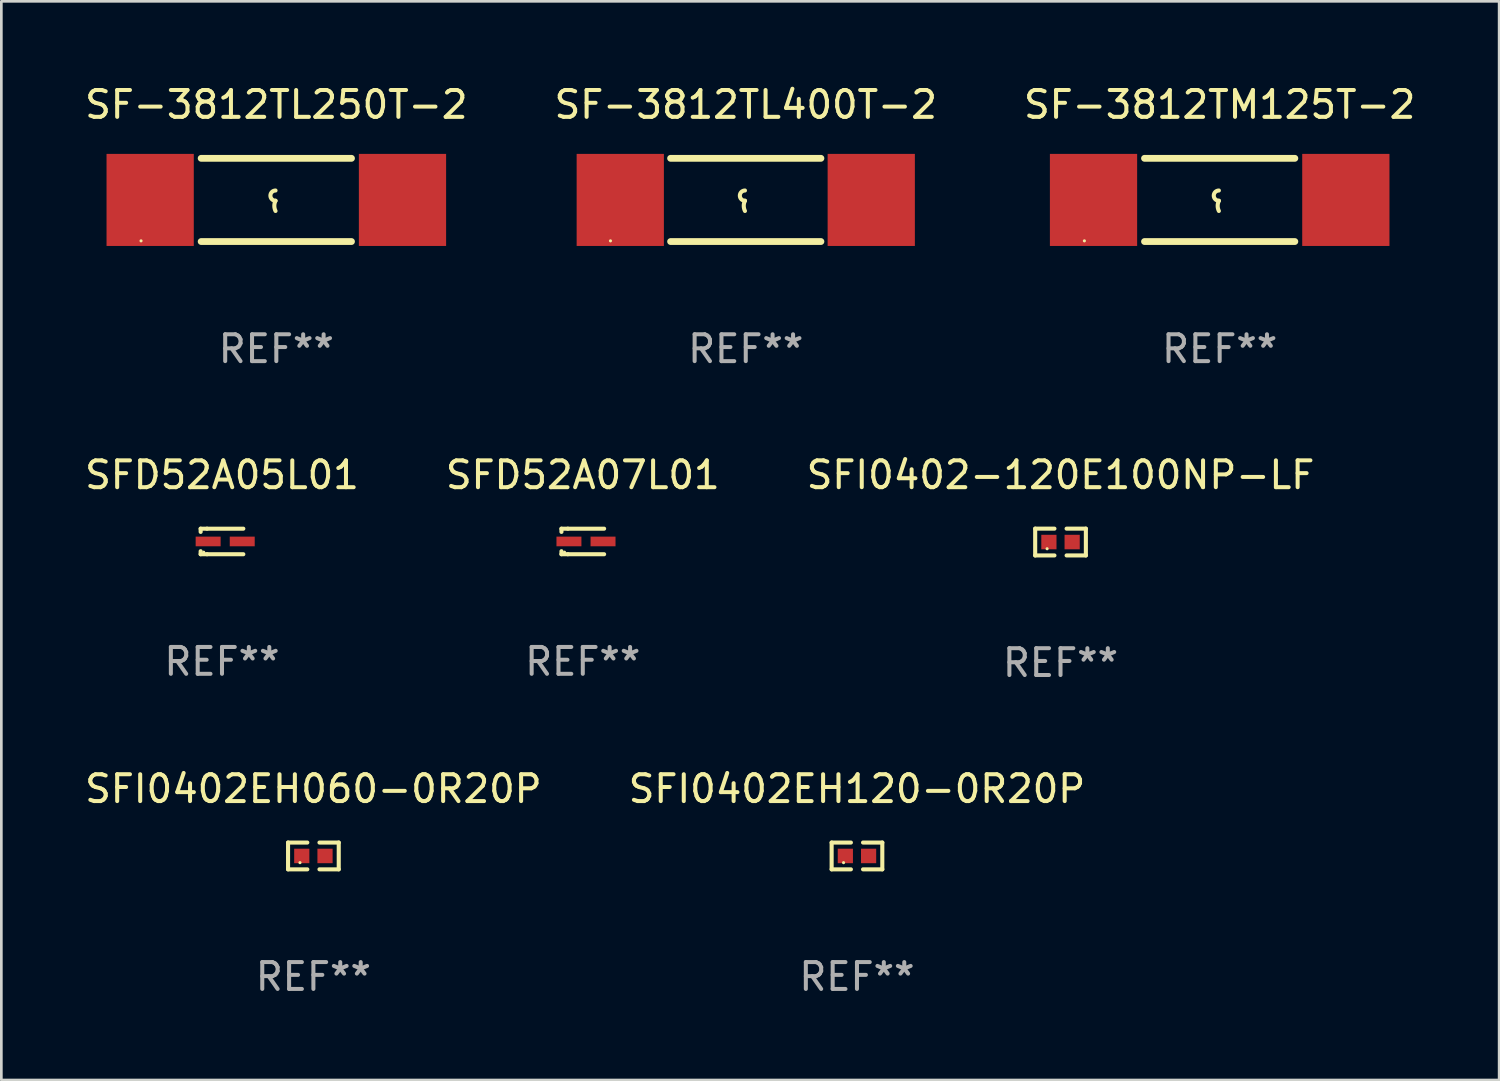
<source format=kicad_pcb>
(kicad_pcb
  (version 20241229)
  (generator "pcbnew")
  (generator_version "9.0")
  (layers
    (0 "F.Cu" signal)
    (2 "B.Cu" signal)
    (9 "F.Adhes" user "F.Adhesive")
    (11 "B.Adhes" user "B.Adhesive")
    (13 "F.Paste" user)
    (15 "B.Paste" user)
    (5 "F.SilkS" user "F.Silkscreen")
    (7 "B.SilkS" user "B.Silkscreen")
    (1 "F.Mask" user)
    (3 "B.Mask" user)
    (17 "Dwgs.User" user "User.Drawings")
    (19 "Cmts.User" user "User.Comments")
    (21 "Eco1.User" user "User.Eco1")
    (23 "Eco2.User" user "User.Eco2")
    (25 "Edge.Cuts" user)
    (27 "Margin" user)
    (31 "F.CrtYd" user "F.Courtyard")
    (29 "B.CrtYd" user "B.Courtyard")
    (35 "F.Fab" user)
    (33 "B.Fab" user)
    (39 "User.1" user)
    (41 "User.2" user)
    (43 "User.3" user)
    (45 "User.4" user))
  (footprint "SFI0402EH060-0R20P"
    (layer "F.Cu")
    (at 8.625 28.837)
    (property "Reference" "SFI0402EH060-0R20P" (at 0 -2.499 0) (layer "F.SilkS") (effects (font (size 1 1) (thickness 0.15))))
    (attr through_hole)
    (fp_line (start -0.944 -0.499) (end -0.226 -0.499) (stroke (width 0.152) (type solid)) (layer "F.SilkS"))
    (fp_line (start -0.944 0.499) (end -0.944 -0.499) (stroke (width 0.152) (type solid)) (layer "F.SilkS"))
    (fp_line (start -0.226 0.499) (end -0.944 0.499) (stroke (width 0.152) (type solid)) (layer "F.SilkS"))
    (fp_line (start 0.226 0.499) (end 0.944 0.499) (stroke (width 0.152) (type solid)) (layer "F.SilkS"))
    (fp_line (start 0.944 -0.499) (end 0.226 -0.499) (stroke (width 0.152) (type solid)) (layer "F.SilkS"))
    (fp_line (start 0.944 0.499) (end 0.944 -0.499) (stroke (width 0.152) (type solid)) (layer "F.SilkS"))
    (fp_circle (center -0.5 0.25) (end -0.47 0.25) (stroke (width 0.06) (type solid)) (fill no) (layer "F.SilkS"))
    (fp_text user "REF**" (at 0 4.499 0) (layer "F.Fab") (effects (font (size 1 1) (thickness 0.15))))
    (pad "1" smd rect (at -0.433 0) (size 0.566 0.54) (layers "F.Cu" "F.Mask" "F.Paste"))
    (pad "2" smd rect (at 0.433 0) (size 0.566 0.54) (layers "F.Cu" "F.Mask" "F.Paste")))
  (footprint "SFI0402EH120-0R20P"
    (layer "F.Cu")
    (at 28.875 28.837)
    (property "Reference" "SFI0402EH120-0R20P" (at 0 -2.499 0) (layer "F.SilkS") (effects (font (size 1 1) (thickness 0.15))))
    (attr through_hole)
    (fp_line (start -0.944 -0.499) (end -0.226 -0.499) (stroke (width 0.152) (type solid)) (layer "F.SilkS"))
    (fp_line (start -0.944 0.499) (end -0.944 -0.499) (stroke (width 0.152) (type solid)) (layer "F.SilkS"))
    (fp_line (start -0.226 0.499) (end -0.944 0.499) (stroke (width 0.152) (type solid)) (layer "F.SilkS"))
    (fp_line (start 0.226 0.499) (end 0.944 0.499) (stroke (width 0.152) (type solid)) (layer "F.SilkS"))
    (fp_line (start 0.944 -0.499) (end 0.226 -0.499) (stroke (width 0.152) (type solid)) (layer "F.SilkS"))
    (fp_line (start 0.944 0.499) (end 0.944 -0.499) (stroke (width 0.152) (type solid)) (layer "F.SilkS"))
    (fp_circle (center -0.5 0.25) (end -0.47 0.25) (stroke (width 0.06) (type solid)) (fill no) (layer "F.SilkS"))
    (fp_text user "REF**" (at 0 4.499 0) (layer "F.Fab") (effects (font (size 1 1) (thickness 0.15))))
    (pad "1" smd rect (at -0.433 0) (size 0.566 0.54) (layers "F.Cu" "F.Mask" "F.Paste"))
    (pad "2" smd rect (at 0.433 0) (size 0.566 0.54) (layers "F.Cu" "F.Mask" "F.Paste")))
  (footprint "SF-3812TM125T-2"
    (layer "F.Cu")
    (at 42.387 4.398)
    (property "Reference" "SF-3812TM125T-2" (at 0 -3.55 0) (layer "F.SilkS") (effects (font (size 1 1) (thickness 0.15))))
    (attr through_hole)
    (fp_line (start -2.8 -1.55) (end 2.8 -1.55) (stroke (width 0.254) (type solid)) (layer "F.SilkS"))
    (fp_line (start -2.8 1.55) (end 2.8 1.55) (stroke (width 0.254) (type solid)) (layer "F.SilkS"))
    (fp_arc (start -0.029896 0.030074) (mid -0.220397 -0.160427) (end -0.029896 -0.350928) (stroke (width 0.151994) (type solid)) (layer "F.SilkS"))
    (fp_arc (start -0.029896 0.411075) (mid -0.074867 0.220574) (end -0.029896 0.030074) (stroke (width 0.151994) (type solid)) (layer "F.SilkS"))
    (fp_circle (center -5.04 1.525) (end -5.01 1.525) (stroke (width 0.06) (type solid)) (fill no) (layer "F.SilkS"))
    (fp_text user "REF**" (at 0 5.55 0) (layer "F.Fab") (effects (font (size 1 1) (thickness 0.15))))
    (pad "1" smd rect (at -4.7 0) (size 3.25 3.43) (layers "F.Cu" "F.Mask" "F.Paste"))
    (pad "2" smd rect (at 4.7 0) (size 3.25 3.43) (layers "F.Cu" "F.Mask" "F.Paste")))
  (footprint "SF-3812TL250T-2"
    (layer "F.Cu")
    (at 7.244 4.398)
    (property "Reference" "SF-3812TL250T-2" (at 0 -3.55 0) (layer "F.SilkS") (effects (font (size 1 1) (thickness 0.15))))
    (attr through_hole)
    (fp_line (start -2.8 -1.55) (end 2.8 -1.55) (stroke (width 0.254) (type solid)) (layer "F.SilkS"))
    (fp_line (start -2.8 1.55) (end 2.8 1.55) (stroke (width 0.254) (type solid)) (layer "F.SilkS"))
    (fp_arc (start -0.029896 0.030074) (mid -0.220397 -0.160427) (end -0.029896 -0.350928) (stroke (width 0.151994) (type solid)) (layer "F.SilkS"))
    (fp_arc (start -0.029896 0.411075) (mid -0.074867 0.220574) (end -0.029896 0.030074) (stroke (width 0.151994) (type solid)) (layer "F.SilkS"))
    (fp_circle (center -5.04 1.525) (end -5.01 1.525) (stroke (width 0.06) (type solid)) (fill no) (layer "F.SilkS"))
    (fp_text user "REF**" (at 0 5.55 0) (layer "F.Fab") (effects (font (size 1 1) (thickness 0.15))))
    (pad "1" smd rect (at -4.7 0) (size 3.25 3.43) (layers "F.Cu" "F.Mask" "F.Paste"))
    (pad "2" smd rect (at 4.7 0) (size 3.25 3.43) (layers "F.Cu" "F.Mask" "F.Paste")))
  (footprint "SFI0402-120E100NP-LF"
    (layer "F.Cu")
    (at 36.458 17.143)
    (property "Reference" "SFI0402-120E100NP-LF" (at 0 -2.499 0) (layer "F.SilkS") (effects (font (size 1 1) (thickness 0.15))))
    (attr through_hole)
    (fp_line (start -0.944 -0.499) (end -0.226 -0.499) (stroke (width 0.152) (type solid)) (layer "F.SilkS"))
    (fp_line (start -0.944 0.499) (end -0.944 -0.499) (stroke (width 0.152) (type solid)) (layer "F.SilkS"))
    (fp_line (start -0.226 0.499) (end -0.944 0.499) (stroke (width 0.152) (type solid)) (layer "F.SilkS"))
    (fp_line (start 0.226 0.499) (end 0.944 0.499) (stroke (width 0.152) (type solid)) (layer "F.SilkS"))
    (fp_line (start 0.944 -0.499) (end 0.226 -0.499) (stroke (width 0.152) (type solid)) (layer "F.SilkS"))
    (fp_line (start 0.944 0.499) (end 0.944 -0.499) (stroke (width 0.152) (type solid)) (layer "F.SilkS"))
    (fp_circle (center -0.5 0.25) (end -0.47 0.25) (stroke (width 0.06) (type solid)) (fill no) (layer "F.SilkS"))
    (fp_text user "REF**" (at 0 4.499 0) (layer "F.Fab") (effects (font (size 1 1) (thickness 0.15))))
    (pad "1" smd rect (at -0.433 0) (size 0.566 0.54) (layers "F.Cu" "F.Mask" "F.Paste"))
    (pad "2" smd rect (at 0.433 0) (size 0.566 0.54) (layers "F.Cu" "F.Mask" "F.Paste")))
  (footprint "SFD52A07L01"
    (layer "F.Cu")
    (at 18.661 17.121)
    (property "Reference" "SFD52A07L01" (at 0 -2.476 0) (layer "F.SilkS") (effects (font (size 1 1) (thickness 0.15))))
    (attr through_hole)
    (fp_line (start -0.795 -0.476) (end -0.795 -0.356) (stroke (width 0.152) (type solid)) (layer "F.SilkS"))
    (fp_line (start -0.795 0.363) (end -0.795 0.476) (stroke (width 0.152) (type solid)) (layer "F.SilkS"))
    (fp_line (start -0.795 0.476) (end -0.557 0.476) (stroke (width 0.152) (type solid)) (layer "F.SilkS"))
    (fp_line (start -0.557 -0.476) (end -0.795 -0.476) (stroke (width 0.152) (type solid)) (layer "F.SilkS"))
    (fp_line (start -0.557 -0.476) (end 0.795 -0.476) (stroke (width 0.152) (type solid)) (layer "F.SilkS"))
    (fp_line (start -0.557 0.476) (end 0.795 0.476) (stroke (width 0.152) (type solid)) (layer "F.SilkS"))
    (fp_circle (center -0.681 0.4) (end -0.651 0.4) (stroke (width 0.06) (type solid)) (fill no) (layer "F.SilkS"))
    (fp_text user "REF**" (at 0 4.476 0) (layer "F.Fab") (effects (font (size 1 1) (thickness 0.15))))
    (pad "1" smd rect (at -0.516 0 180) (size 0.93 0.36) (layers "F.Cu" "F.Mask" "F.Paste"))
    (pad "2" smd rect (at 0.754 0 180) (size 0.93 0.36) (layers "F.Cu" "F.Mask" "F.Paste")))
  (footprint "SFD52A05L01"
    (layer "F.Cu")
    (at 5.22 17.121)
    (property "Reference" "SFD52A05L01" (at 0 -2.476 0) (layer "F.SilkS") (effects (font (size 1 1) (thickness 0.15))))
    (attr through_hole)
    (fp_line (start -0.795 -0.476) (end -0.795 -0.356) (stroke (width 0.152) (type solid)) (layer "F.SilkS"))
    (fp_line (start -0.795 0.363) (end -0.795 0.476) (stroke (width 0.152) (type solid)) (layer "F.SilkS"))
    (fp_line (start -0.795 0.476) (end -0.557 0.476) (stroke (width 0.152) (type solid)) (layer "F.SilkS"))
    (fp_line (start -0.557 -0.476) (end -0.795 -0.476) (stroke (width 0.152) (type solid)) (layer "F.SilkS"))
    (fp_line (start -0.557 -0.476) (end 0.795 -0.476) (stroke (width 0.152) (type solid)) (layer "F.SilkS"))
    (fp_line (start -0.557 0.476) (end 0.795 0.476) (stroke (width 0.152) (type solid)) (layer "F.SilkS"))
    (fp_circle (center -0.681 0.4) (end -0.651 0.4) (stroke (width 0.06) (type solid)) (fill no) (layer "F.SilkS"))
    (fp_text user "REF**" (at 0 4.476 0) (layer "F.Fab") (effects (font (size 1 1) (thickness 0.15))))
    (pad "1" smd rect (at -0.516 0 180) (size 0.93 0.36) (layers "F.Cu" "F.Mask" "F.Paste"))
    (pad "2" smd rect (at 0.754 0 180) (size 0.93 0.36) (layers "F.Cu" "F.Mask" "F.Paste")))
  (footprint "SF-3812TL400T-2"
    (layer "F.Cu")
    (at 24.732 4.398)
    (property "Reference" "SF-3812TL400T-2" (at 0 -3.55 0) (layer "F.SilkS") (effects (font (size 1 1) (thickness 0.15))))
    (attr through_hole)
    (fp_line (start -2.8 -1.55) (end 2.8 -1.55) (stroke (width 0.254) (type solid)) (layer "F.SilkS"))
    (fp_line (start -2.8 1.55) (end 2.8 1.55) (stroke (width 0.254) (type solid)) (layer "F.SilkS"))
    (fp_arc (start -0.029896 0.030074) (mid -0.220397 -0.160427) (end -0.029896 -0.350928) (stroke (width 0.151994) (type solid)) (layer "F.SilkS"))
    (fp_arc (start -0.029896 0.411075) (mid -0.074867 0.220574) (end -0.029896 0.030074) (stroke (width 0.151994) (type solid)) (layer "F.SilkS"))
    (fp_circle (center -5.04 1.525) (end -5.01 1.525) (stroke (width 0.06) (type solid)) (fill no) (layer "F.SilkS"))
    (fp_text user "REF**" (at 0 5.55 0) (layer "F.Fab") (effects (font (size 1 1) (thickness 0.15))))
    (pad "1" smd rect (at -4.675 0) (size 3.25 3.43) (layers "F.Cu" "F.Mask" "F.Paste"))
    (pad "2" smd rect (at 4.675 0) (size 3.25 3.43) (layers "F.Cu" "F.Mask" "F.Paste")))
  (gr_rect
    (start -3 -3)
    (end 52.798 37.184)
    (stroke (width 0.1) (type default))
    (fill no)
    (layer "Edge.Cuts")))
</source>
